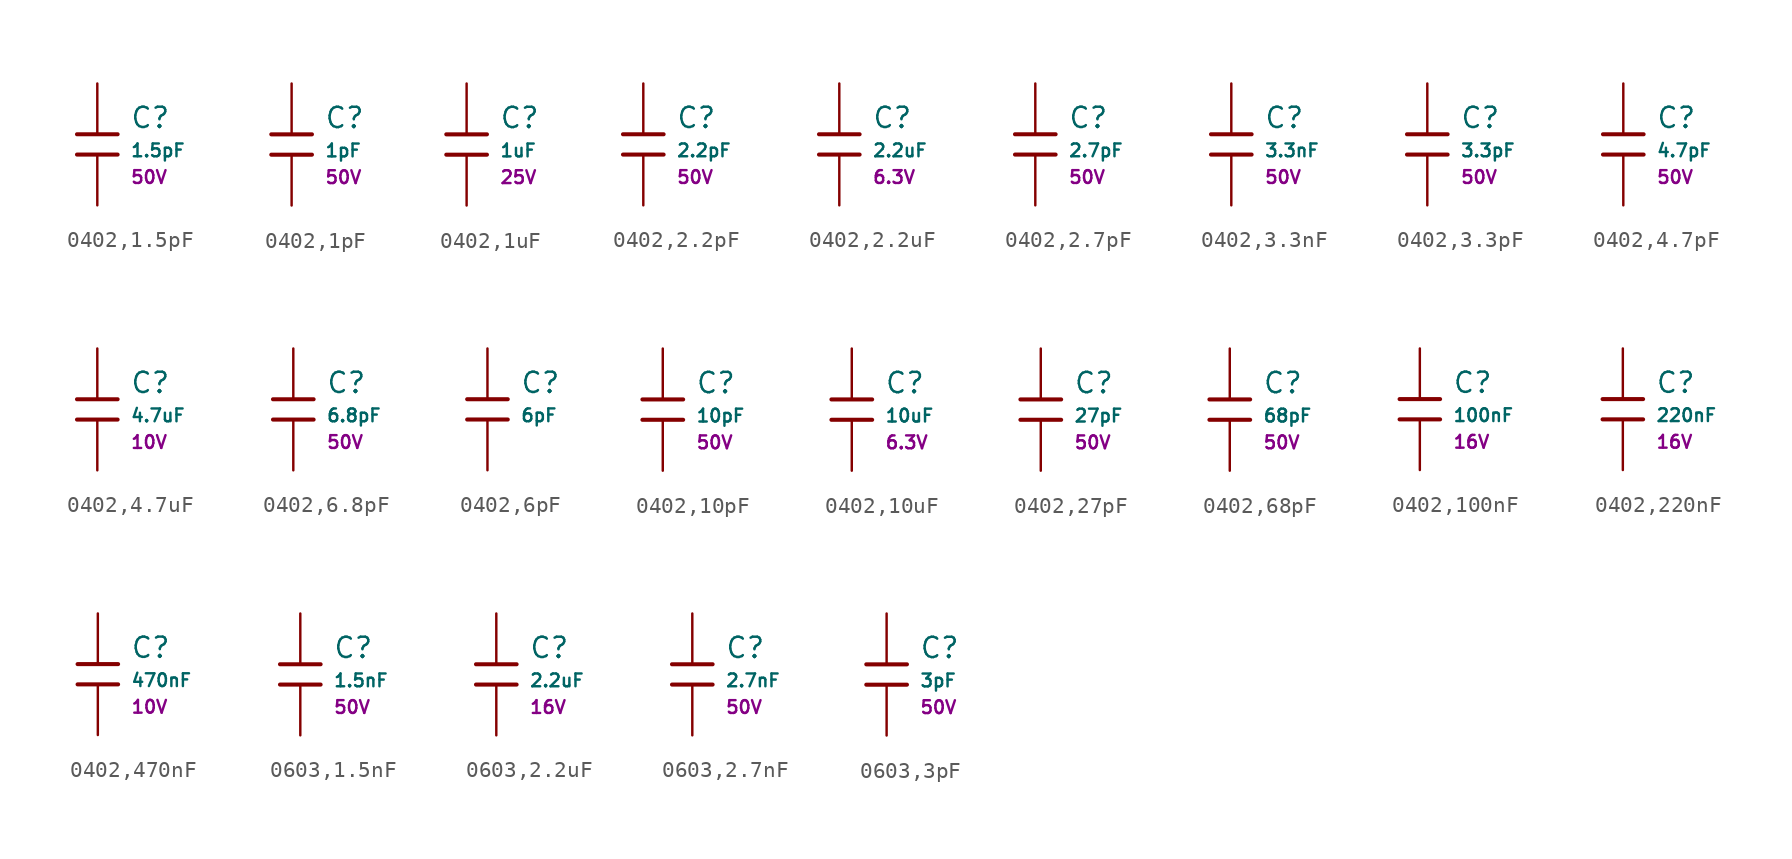
<source format=kicad_sym>
(kicad_symbol_lib
  (version 20241209)
  (generator "kicad_symbol_editor")
  (generator_version "9.0")
  (symbol "0402,1.5pF"
    (pin_numbers
      (hide yes))
    (pin_names
      (offset 0))
    (property "Reference" "C"
      (at 2.032 1.668 0)
      (effects (font (size 1.27 1.27)) (justify left)))
    (property "Value" "1.5pF"
      (at 2.032 -0.378 0)
      (effects (font (size 0.8 0.8)) (justify left)))
    (property "Voltage Rated" "50V"
      (at 2.032 -2.046 0)
      (effects (font (size 0.8 0.8)) (justify left)))
    (symbol "0402,1.5pF_0_1"
      (polyline (pts (xy -1.27 0.635) (xy 1.27 0.635)) (stroke (width 0.254) (type default)) (fill (type none)))
      (polyline (pts (xy -1.27 -0.635) (xy 1.27 -0.635)) (stroke (width 0.254) (type default)) (fill (type none))))
    (symbol "0402,1.5pF_1_1"
      (pin passive line (at 0 3.81 270) (length 3.175) (name "~" (effects (font (size 1.27 1.27)))) (number "1" (effects (font (size 1.27 1.27)))))
      (pin passive line (at 0 -3.81 90) (length 3.175) (name "~" (effects (font (size 1.27 1.27)))) (number "2" (effects (font (size 1.27 1.27)))))))
  (symbol "0402,1pF"
    (pin_numbers
      (hide yes))
    (pin_names
      (offset 0))
    (property "Reference" "C"
      (at 2.032 1.668 0)
      (effects (font (size 1.27 1.27)) (justify left)))
    (property "Value" "1pF"
      (at 2.032 -0.378 0)
      (effects (font (size 0.8 0.8)) (justify left)))
    (property "Voltage Rated" "50V"
      (at 2.032 -2.046 0)
      (effects (font (size 0.8 0.8)) (justify left)))
    (symbol "0402,1pF_0_1"
      (polyline (pts (xy -1.27 0.635) (xy 1.27 0.635)) (stroke (width 0.254) (type default)) (fill (type none)))
      (polyline (pts (xy -1.27 -0.635) (xy 1.27 -0.635)) (stroke (width 0.254) (type default)) (fill (type none))))
    (symbol "0402,1pF_1_1"
      (pin passive line (at 0 3.81 270) (length 3.175) (name "~" (effects (font (size 1.27 1.27)))) (number "1" (effects (font (size 1.27 1.27)))))
      (pin passive line (at 0 -3.81 90) (length 3.175) (name "~" (effects (font (size 1.27 1.27)))) (number "2" (effects (font (size 1.27 1.27)))))))
  (symbol "0402,1uF"
    (pin_numbers
      (hide yes))
    (pin_names
      (offset 0))
    (property "Reference" "C"
      (at 2.032 1.668 0)
      (effects (font (size 1.27 1.27)) (justify left)))
    (property "Value" "1uF"
      (at 2.032 -0.378 0)
      (effects (font (size 0.8 0.8)) (justify left)))
    (property "Voltage Rated" "25V"
      (at 2.032 -2.046 0)
      (effects (font (size 0.8 0.8)) (justify left)))
    (symbol "0402,1uF_0_1"
      (polyline (pts (xy -1.27 0.635) (xy 1.27 0.635)) (stroke (width 0.254) (type default)) (fill (type none)))
      (polyline (pts (xy -1.27 -0.635) (xy 1.27 -0.635)) (stroke (width 0.254) (type default)) (fill (type none))))
    (symbol "0402,1uF_1_1"
      (pin passive line (at 0 3.81 270) (length 3.175) (name "~" (effects (font (size 1.27 1.27)))) (number "1" (effects (font (size 1.27 1.27)))))
      (pin passive line (at 0 -3.81 90) (length 3.175) (name "~" (effects (font (size 1.27 1.27)))) (number "2" (effects (font (size 1.27 1.27)))))))
  (symbol "0402,2.2pF"
    (pin_numbers
      (hide yes))
    (pin_names
      (offset 0))
    (property "Reference" "C"
      (at 2.032 1.668 0)
      (effects (font (size 1.27 1.27)) (justify left)))
    (property "Value" "2.2pF"
      (at 2.032 -0.378 0)
      (effects (font (size 0.8 0.8)) (justify left)))
    (property "Voltage Rated" "50V"
      (at 2.032 -2.046 0)
      (effects (font (size 0.8 0.8)) (justify left)))
    (symbol "0402,2.2pF_0_1"
      (polyline (pts (xy -1.27 0.635) (xy 1.27 0.635)) (stroke (width 0.254) (type default)) (fill (type none)))
      (polyline (pts (xy -1.27 -0.635) (xy 1.27 -0.635)) (stroke (width 0.254) (type default)) (fill (type none))))
    (symbol "0402,2.2pF_1_1"
      (pin passive line (at 0 3.81 270) (length 3.175) (name "~" (effects (font (size 1.27 1.27)))) (number "1" (effects (font (size 1.27 1.27)))))
      (pin passive line (at 0 -3.81 90) (length 3.175) (name "~" (effects (font (size 1.27 1.27)))) (number "2" (effects (font (size 1.27 1.27)))))))
  (symbol "0402,2.2uF"
    (pin_numbers
      (hide yes))
    (pin_names
      (offset 0))
    (property "Reference" "C"
      (at 2.032 1.668 0)
      (effects (font (size 1.27 1.27)) (justify left)))
    (property "Value" "2.2uF"
      (at 2.032 -0.378 0)
      (effects (font (size 0.8 0.8)) (justify left)))
    (property "Voltage Rated" "6.3V"
      (at 2.032 -2.046 0)
      (effects (font (size 0.8 0.8)) (justify left)))
    (symbol "0402,2.2uF_0_1"
      (polyline (pts (xy -1.27 0.635) (xy 1.27 0.635)) (stroke (width 0.254) (type default)) (fill (type none)))
      (polyline (pts (xy -1.27 -0.635) (xy 1.27 -0.635)) (stroke (width 0.254) (type default)) (fill (type none))))
    (symbol "0402,2.2uF_1_1"
      (pin passive line (at 0 3.81 270) (length 3.175) (name "~" (effects (font (size 1.27 1.27)))) (number "1" (effects (font (size 1.27 1.27)))))
      (pin passive line (at 0 -3.81 90) (length 3.175) (name "~" (effects (font (size 1.27 1.27)))) (number "2" (effects (font (size 1.27 1.27)))))))
  (symbol "0402,2.7pF"
    (pin_numbers
      (hide yes))
    (pin_names
      (offset 0))
    (property "Reference" "C"
      (at 2.032 1.668 0)
      (effects (font (size 1.27 1.27)) (justify left)))
    (property "Value" "2.7pF"
      (at 2.032 -0.378 0)
      (effects (font (size 0.8 0.8)) (justify left)))
    (property "Voltage Rated" "50V"
      (at 2.032 -2.046 0)
      (effects (font (size 0.8 0.8)) (justify left)))
    (symbol "0402,2.7pF_0_1"
      (polyline (pts (xy -1.27 0.635) (xy 1.27 0.635)) (stroke (width 0.254) (type default)) (fill (type none)))
      (polyline (pts (xy -1.27 -0.635) (xy 1.27 -0.635)) (stroke (width 0.254) (type default)) (fill (type none))))
    (symbol "0402,2.7pF_1_1"
      (pin passive line (at 0 3.81 270) (length 3.175) (name "~" (effects (font (size 1.27 1.27)))) (number "1" (effects (font (size 1.27 1.27)))))
      (pin passive line (at 0 -3.81 90) (length 3.175) (name "~" (effects (font (size 1.27 1.27)))) (number "2" (effects (font (size 1.27 1.27)))))))
  (symbol "0402,3.3nF"
    (pin_numbers
      (hide yes))
    (pin_names
      (offset 0))
    (property "Reference" "C"
      (at 2.032 1.668 0)
      (effects (font (size 1.27 1.27)) (justify left)))
    (property "Value" "3.3nF"
      (at 2.032 -0.378 0)
      (effects (font (size 0.8 0.8)) (justify left)))
    (property "Voltage Rated" "50V"
      (at 2.032 -2.046 0)
      (effects (font (size 0.8 0.8)) (justify left)))
    (symbol "0402,3.3nF_0_1"
      (polyline (pts (xy -1.27 0.635) (xy 1.27 0.635)) (stroke (width 0.254) (type default)) (fill (type none)))
      (polyline (pts (xy -1.27 -0.635) (xy 1.27 -0.635)) (stroke (width 0.254) (type default)) (fill (type none))))
    (symbol "0402,3.3nF_1_1"
      (pin passive line (at 0 3.81 270) (length 3.175) (name "~" (effects (font (size 1.27 1.27)))) (number "1" (effects (font (size 1.27 1.27)))))
      (pin passive line (at 0 -3.81 90) (length 3.175) (name "~" (effects (font (size 1.27 1.27)))) (number "2" (effects (font (size 1.27 1.27)))))))
  (symbol "0402,3.3pF"
    (pin_numbers
      (hide yes))
    (pin_names
      (offset 0))
    (property "Reference" "C"
      (at 2.032 1.668 0)
      (effects (font (size 1.27 1.27)) (justify left)))
    (property "Value" "3.3pF"
      (at 2.032 -0.378 0)
      (effects (font (size 0.8 0.8)) (justify left)))
    (property "Voltage Rated" "50V"
      (at 2.032 -2.046 0)
      (effects (font (size 0.8 0.8)) (justify left)))
    (symbol "0402,3.3pF_0_1"
      (polyline (pts (xy -1.27 0.635) (xy 1.27 0.635)) (stroke (width 0.254) (type default)) (fill (type none)))
      (polyline (pts (xy -1.27 -0.635) (xy 1.27 -0.635)) (stroke (width 0.254) (type default)) (fill (type none))))
    (symbol "0402,3.3pF_1_1"
      (pin passive line (at 0 3.81 270) (length 3.175) (name "~" (effects (font (size 1.27 1.27)))) (number "1" (effects (font (size 1.27 1.27)))))
      (pin passive line (at 0 -3.81 90) (length 3.175) (name "~" (effects (font (size 1.27 1.27)))) (number "2" (effects (font (size 1.27 1.27)))))))
  (symbol "0402,4.7pF"
    (pin_numbers
      (hide yes))
    (pin_names
      (offset 0))
    (property "Reference" "C"
      (at 2.032 1.668 0)
      (effects (font (size 1.27 1.27)) (justify left)))
    (property "Value" "4.7pF"
      (at 2.032 -0.378 0)
      (effects (font (size 0.8 0.8)) (justify left)))
    (property "Voltage Rated" "50V"
      (at 2.032 -2.046 0)
      (effects (font (size 0.8 0.8)) (justify left)))
    (symbol "0402,4.7pF_0_1"
      (polyline (pts (xy -1.27 0.635) (xy 1.27 0.635)) (stroke (width 0.254) (type default)) (fill (type none)))
      (polyline (pts (xy -1.27 -0.635) (xy 1.27 -0.635)) (stroke (width 0.254) (type default)) (fill (type none))))
    (symbol "0402,4.7pF_1_1"
      (pin passive line (at 0 3.81 270) (length 3.175) (name "~" (effects (font (size 1.27 1.27)))) (number "1" (effects (font (size 1.27 1.27)))))
      (pin passive line (at 0 -3.81 90) (length 3.175) (name "~" (effects (font (size 1.27 1.27)))) (number "2" (effects (font (size 1.27 1.27)))))))
  (symbol "0402,4.7uF"
    (pin_numbers
      (hide yes))
    (pin_names
      (offset 0))
    (property "Reference" "C"
      (at 2.032 1.668 0)
      (effects (font (size 1.27 1.27)) (justify left)))
    (property "Value" "4.7uF"
      (at 2.032 -0.378 0)
      (effects (font (size 0.8 0.8)) (justify left)))
    (property "Voltage Rated" "10V"
      (at 2.032 -2.046 0)
      (effects (font (size 0.8 0.8)) (justify left)))
    (symbol "0402,4.7uF_0_1"
      (polyline (pts (xy -1.27 0.635) (xy 1.27 0.635)) (stroke (width 0.254) (type default)) (fill (type none)))
      (polyline (pts (xy -1.27 -0.635) (xy 1.27 -0.635)) (stroke (width 0.254) (type default)) (fill (type none))))
    (symbol "0402,4.7uF_1_1"
      (pin passive line (at 0 3.81 270) (length 3.175) (name "~" (effects (font (size 1.27 1.27)))) (number "1" (effects (font (size 1.27 1.27)))))
      (pin passive line (at 0 -3.81 90) (length 3.175) (name "~" (effects (font (size 1.27 1.27)))) (number "2" (effects (font (size 1.27 1.27)))))))
  (symbol "0402,6.8pF"
    (pin_numbers
      (hide yes))
    (pin_names
      (offset 0))
    (property "Reference" "C"
      (at 2.032 1.668 0)
      (effects (font (size 1.27 1.27)) (justify left)))
    (property "Value" "6.8pF"
      (at 2.032 -0.378 0)
      (effects (font (size 0.8 0.8)) (justify left)))
    (property "Voltage Rated" "50V"
      (at 2.032 -2.046 0)
      (effects (font (size 0.8 0.8)) (justify left)))
    (symbol "0402,6.8pF_0_1"
      (polyline (pts (xy -1.27 0.635) (xy 1.27 0.635)) (stroke (width 0.254) (type default)) (fill (type none)))
      (polyline (pts (xy -1.27 -0.635) (xy 1.27 -0.635)) (stroke (width 0.254) (type default)) (fill (type none))))
    (symbol "0402,6.8pF_1_1"
      (pin passive line (at 0 3.81 270) (length 3.175) (name "~" (effects (font (size 1.27 1.27)))) (number "1" (effects (font (size 1.27 1.27)))))
      (pin passive line (at 0 -3.81 90) (length 3.175) (name "~" (effects (font (size 1.27 1.27)))) (number "2" (effects (font (size 1.27 1.27)))))))
  (symbol "0402,6pF"
    (pin_numbers
      (hide yes))
    (pin_names
      (offset 0))
    (property "Reference" "C"
      (at 2.032 1.668 0)
      (effects (font (size 1.27 1.27)) (justify left)))
    (property "Value" "6pF"
      (at 2.032 -0.378 0)
      (effects (font (size 0.8 0.8)) (justify left)))
    (symbol "0402,6pF_0_1"
      (polyline (pts (xy -1.27 0.635) (xy 1.27 0.635)) (stroke (width 0.254) (type default)) (fill (type none)))
      (polyline (pts (xy -1.27 -0.635) (xy 1.27 -0.635)) (stroke (width 0.254) (type default)) (fill (type none))))
    (symbol "0402,6pF_1_1"
      (pin passive line (at 0 3.81 270) (length 3.175) (name "~" (effects (font (size 1.27 1.27)))) (number "1" (effects (font (size 1.27 1.27)))))
      (pin passive line (at 0 -3.81 90) (length 3.175) (name "~" (effects (font (size 1.27 1.27)))) (number "2" (effects (font (size 1.27 1.27)))))))
  (symbol "0402,10pF"
    (pin_numbers
      (hide yes))
    (pin_names
      (offset 0))
    (property "Reference" "C"
      (at 2.032 1.668 0)
      (effects (font (size 1.27 1.27)) (justify left)))
    (property "Value" "10pF"
      (at 2.032 -0.378 0)
      (effects (font (size 0.8 0.8)) (justify left)))
    (property "Voltage Rated" "50V"
      (at 2.032 -2.046 0)
      (effects (font (size 0.8 0.8)) (justify left)))
    (symbol "0402,10pF_0_1"
      (polyline (pts (xy -1.27 0.635) (xy 1.27 0.635)) (stroke (width 0.254) (type default)) (fill (type none)))
      (polyline (pts (xy -1.27 -0.635) (xy 1.27 -0.635)) (stroke (width 0.254) (type default)) (fill (type none))))
    (symbol "0402,10pF_1_1"
      (pin passive line (at 0 3.81 270) (length 3.175) (name "~" (effects (font (size 1.27 1.27)))) (number "1" (effects (font (size 1.27 1.27)))))
      (pin passive line (at 0 -3.81 90) (length 3.175) (name "~" (effects (font (size 1.27 1.27)))) (number "2" (effects (font (size 1.27 1.27)))))))
  (symbol "0402,10uF"
    (pin_numbers
      (hide yes))
    (pin_names
      (offset 0))
    (property "Reference" "C"
      (at 2.032 1.668 0)
      (effects (font (size 1.27 1.27)) (justify left)))
    (property "Value" "10uF"
      (at 2.032 -0.378 0)
      (effects (font (size 0.8 0.8)) (justify left)))
    (property "Voltage Rated" "6.3V"
      (at 2.032 -2.046 0)
      (effects (font (size 0.8 0.8)) (justify left)))
    (symbol "0402,10uF_0_1"
      (polyline (pts (xy -1.27 0.635) (xy 1.27 0.635)) (stroke (width 0.254) (type default)) (fill (type none)))
      (polyline (pts (xy -1.27 -0.635) (xy 1.27 -0.635)) (stroke (width 0.254) (type default)) (fill (type none))))
    (symbol "0402,10uF_1_1"
      (pin passive line (at 0 3.81 270) (length 3.175) (name "~" (effects (font (size 1.27 1.27)))) (number "1" (effects (font (size 1.27 1.27)))))
      (pin passive line (at 0 -3.81 90) (length 3.175) (name "~" (effects (font (size 1.27 1.27)))) (number "2" (effects (font (size 1.27 1.27)))))))
  (symbol "0402,27pF"
    (pin_numbers
      (hide yes))
    (pin_names
      (offset 0))
    (property "Reference" "C"
      (at 2.032 1.668 0)
      (effects (font (size 1.27 1.27)) (justify left)))
    (property "Value" "27pF"
      (at 2.032 -0.378 0)
      (effects (font (size 0.8 0.8)) (justify left)))
    (property "Voltage Rated" "50V"
      (at 2.032 -2.046 0)
      (effects (font (size 0.8 0.8)) (justify left)))
    (symbol "0402,27pF_0_1"
      (polyline (pts (xy -1.27 0.635) (xy 1.27 0.635)) (stroke (width 0.254) (type default)) (fill (type none)))
      (polyline (pts (xy -1.27 -0.635) (xy 1.27 -0.635)) (stroke (width 0.254) (type default)) (fill (type none))))
    (symbol "0402,27pF_1_1"
      (pin passive line (at 0 3.81 270) (length 3.175) (name "~" (effects (font (size 1.27 1.27)))) (number "1" (effects (font (size 1.27 1.27)))))
      (pin passive line (at 0 -3.81 90) (length 3.175) (name "~" (effects (font (size 1.27 1.27)))) (number "2" (effects (font (size 1.27 1.27)))))))
  (symbol "0402,68pF"
    (pin_numbers
      (hide yes))
    (pin_names
      (offset 0))
    (property "Reference" "C"
      (at 2.032 1.668 0)
      (effects (font (size 1.27 1.27)) (justify left)))
    (property "Value" "68pF"
      (at 2.032 -0.378 0)
      (effects (font (size 0.8 0.8)) (justify left)))
    (property "Voltage Rated" "50V"
      (at 2.032 -2.046 0)
      (effects (font (size 0.8 0.8)) (justify left)))
    (symbol "0402,68pF_0_1"
      (polyline (pts (xy -1.27 0.635) (xy 1.27 0.635)) (stroke (width 0.254) (type default)) (fill (type none)))
      (polyline (pts (xy -1.27 -0.635) (xy 1.27 -0.635)) (stroke (width 0.254) (type default)) (fill (type none))))
    (symbol "0402,68pF_1_1"
      (pin passive line (at 0 3.81 270) (length 3.175) (name "~" (effects (font (size 1.27 1.27)))) (number "1" (effects (font (size 1.27 1.27)))))
      (pin passive line (at 0 -3.81 90) (length 3.175) (name "~" (effects (font (size 1.27 1.27)))) (number "2" (effects (font (size 1.27 1.27)))))))
  (symbol "0402,100nF"
    (pin_numbers
      (hide yes))
    (pin_names
      (offset 0))
    (property "Reference" "C"
      (at 2.032 1.668 0)
      (effects (font (size 1.27 1.27)) (justify left)))
    (property "Value" "100nF"
      (at 2.032 -0.378 0)
      (effects (font (size 0.8 0.8)) (justify left)))
    (property "Voltage Rated" "16V"
      (at 2.032 -2.046 0)
      (effects (font (size 0.8 0.8)) (justify left)))
    (symbol "0402,100nF_0_1"
      (polyline (pts (xy -1.27 0.635) (xy 1.27 0.635)) (stroke (width 0.254) (type default)) (fill (type none)))
      (polyline (pts (xy -1.27 -0.635) (xy 1.27 -0.635)) (stroke (width 0.254) (type default)) (fill (type none))))
    (symbol "0402,100nF_1_1"
      (pin passive line (at 0 3.81 270) (length 3.175) (name "~" (effects (font (size 1.27 1.27)))) (number "1" (effects (font (size 1.27 1.27)))))
      (pin passive line (at 0 -3.81 90) (length 3.175) (name "~" (effects (font (size 1.27 1.27)))) (number "2" (effects (font (size 1.27 1.27)))))))
  (symbol "0402,220nF"
    (pin_numbers
      (hide yes))
    (pin_names
      (offset 0))
    (property "Reference" "C"
      (at 2.032 1.668 0)
      (effects (font (size 1.27 1.27)) (justify left)))
    (property "Value" "220nF"
      (at 2.032 -0.378 0)
      (effects (font (size 0.8 0.8)) (justify left)))
    (property "Voltage Rated" "16V"
      (at 2.032 -2.046 0)
      (effects (font (size 0.8 0.8)) (justify left)))
    (symbol "0402,220nF_0_1"
      (polyline (pts (xy -1.27 0.635) (xy 1.27 0.635)) (stroke (width 0.254) (type default)) (fill (type none)))
      (polyline (pts (xy -1.27 -0.635) (xy 1.27 -0.635)) (stroke (width 0.254) (type default)) (fill (type none))))
    (symbol "0402,220nF_1_1"
      (pin passive line (at 0 3.81 270) (length 3.175) (name "~" (effects (font (size 1.27 1.27)))) (number "1" (effects (font (size 1.27 1.27)))))
      (pin passive line (at 0 -3.81 90) (length 3.175) (name "~" (effects (font (size 1.27 1.27)))) (number "2" (effects (font (size 1.27 1.27)))))))
  (symbol "0402,470nF"
    (pin_numbers
      (hide yes))
    (pin_names
      (offset 0))
    (property "Reference" "C"
      (at 2.032 1.668 0)
      (effects (font (size 1.27 1.27)) (justify left)))
    (property "Value" "470nF"
      (at 2.032 -0.378 0)
      (effects (font (size 0.8 0.8)) (justify left)))
    (property "Voltage Rated" "10V"
      (at 2.032 -2.046 0)
      (effects (font (size 0.8 0.8)) (justify left)))
    (symbol "0402,470nF_0_1"
      (polyline (pts (xy -1.27 0.635) (xy 1.27 0.635)) (stroke (width 0.254) (type default)) (fill (type none)))
      (polyline (pts (xy -1.27 -0.635) (xy 1.27 -0.635)) (stroke (width 0.254) (type default)) (fill (type none))))
    (symbol "0402,470nF_1_1"
      (pin passive line (at 0 3.81 270) (length 3.175) (name "~" (effects (font (size 1.27 1.27)))) (number "1" (effects (font (size 1.27 1.27)))))
      (pin passive line (at 0 -3.81 90) (length 3.175) (name "~" (effects (font (size 1.27 1.27)))) (number "2" (effects (font (size 1.27 1.27)))))))
  (symbol "0603,1.5nF"
    (pin_numbers
      (hide yes))
    (pin_names
      (offset 0))
    (property "Reference" "C"
      (at 2.032 1.668 0)
      (effects (font (size 1.27 1.27)) (justify left)))
    (property "Value" "1.5nF"
      (at 2.032 -0.378 0)
      (effects (font (size 0.8 0.8)) (justify left)))
    (property "Voltage Rated" "50V"
      (at 2.032 -2.046 0)
      (effects (font (size 0.8 0.8)) (justify left)))
    (symbol "0603,1.5nF_0_1"
      (polyline (pts (xy -1.27 0.635) (xy 1.27 0.635)) (stroke (width 0.254) (type default)) (fill (type none)))
      (polyline (pts (xy -1.27 -0.635) (xy 1.27 -0.635)) (stroke (width 0.254) (type default)) (fill (type none))))
    (symbol "0603,1.5nF_1_1"
      (pin passive line (at 0 3.81 270) (length 3.175) (name "~" (effects (font (size 1.27 1.27)))) (number "1" (effects (font (size 1.27 1.27)))))
      (pin passive line (at 0 -3.81 90) (length 3.175) (name "~" (effects (font (size 1.27 1.27)))) (number "2" (effects (font (size 1.27 1.27)))))))
  (symbol "0603,2.2uF"
    (pin_numbers
      (hide yes))
    (pin_names
      (offset 0))
    (property "Reference" "C"
      (at 2.032 1.668 0)
      (effects (font (size 1.27 1.27)) (justify left)))
    (property "Value" "2.2uF"
      (at 2.032 -0.378 0)
      (effects (font (size 0.8 0.8)) (justify left)))
    (property "Voltage Rated" "16V"
      (at 2.032 -2.046 0)
      (effects (font (size 0.8 0.8)) (justify left)))
    (symbol "0603,2.2uF_0_1"
      (polyline (pts (xy -1.27 0.635) (xy 1.27 0.635)) (stroke (width 0.254) (type default)) (fill (type none)))
      (polyline (pts (xy -1.27 -0.635) (xy 1.27 -0.635)) (stroke (width 0.254) (type default)) (fill (type none))))
    (symbol "0603,2.2uF_1_1"
      (pin passive line (at 0 3.81 270) (length 3.175) (name "~" (effects (font (size 1.27 1.27)))) (number "1" (effects (font (size 1.27 1.27)))))
      (pin passive line (at 0 -3.81 90) (length 3.175) (name "~" (effects (font (size 1.27 1.27)))) (number "2" (effects (font (size 1.27 1.27)))))))
  (symbol "0603,2.7nF"
    (pin_numbers
      (hide yes))
    (pin_names
      (offset 0))
    (property "Reference" "C"
      (at 2.032 1.668 0)
      (effects (font (size 1.27 1.27)) (justify left)))
    (property "Value" "2.7nF"
      (at 2.032 -0.378 0)
      (effects (font (size 0.8 0.8)) (justify left)))
    (property "Voltage Rated" "50V"
      (at 2.032 -2.046 0)
      (effects (font (size 0.8 0.8)) (justify left)))
    (symbol "0603,2.7nF_0_1"
      (polyline (pts (xy -1.27 0.635) (xy 1.27 0.635)) (stroke (width 0.254) (type default)) (fill (type none)))
      (polyline (pts (xy -1.27 -0.635) (xy 1.27 -0.635)) (stroke (width 0.254) (type default)) (fill (type none))))
    (symbol "0603,2.7nF_1_1"
      (pin passive line (at 0 3.81 270) (length 3.175) (name "~" (effects (font (size 1.27 1.27)))) (number "1" (effects (font (size 1.27 1.27)))))
      (pin passive line (at 0 -3.81 90) (length 3.175) (name "~" (effects (font (size 1.27 1.27)))) (number "2" (effects (font (size 1.27 1.27)))))))
  (symbol "0603,3pF"
    (pin_numbers
      (hide yes))
    (pin_names
      (offset 0))
    (property "Reference" "C"
      (at 2.032 1.668 0)
      (effects (font (size 1.27 1.27)) (justify left)))
    (property "Value" "3pF"
      (at 2.032 -0.378 0)
      (effects (font (size 0.8 0.8)) (justify left)))
    (property "Voltage Rated" "50V"
      (at 2.032 -2.046 0)
      (effects (font (size 0.8 0.8)) (justify left)))
    (symbol "0603,3pF_0_1"
      (polyline (pts (xy -1.27 0.635) (xy 1.27 0.635)) (stroke (width 0.254) (type default)) (fill (type none)))
      (polyline (pts (xy -1.27 -0.635) (xy 1.27 -0.635)) (stroke (width 0.254) (type default)) (fill (type none))))
    (symbol "0603,3pF_1_1"
      (pin passive line (at 0 3.81 270) (length 3.175) (name "~" (effects (font (size 1.27 1.27)))) (number "1" (effects (font (size 1.27 1.27)))))
      (pin passive line (at 0 -3.81 90) (length 3.175) (name "~" (effects (font (size 1.27 1.27)))) (number "2" (effects (font (size 1.27 1.27))))))))
</source>
